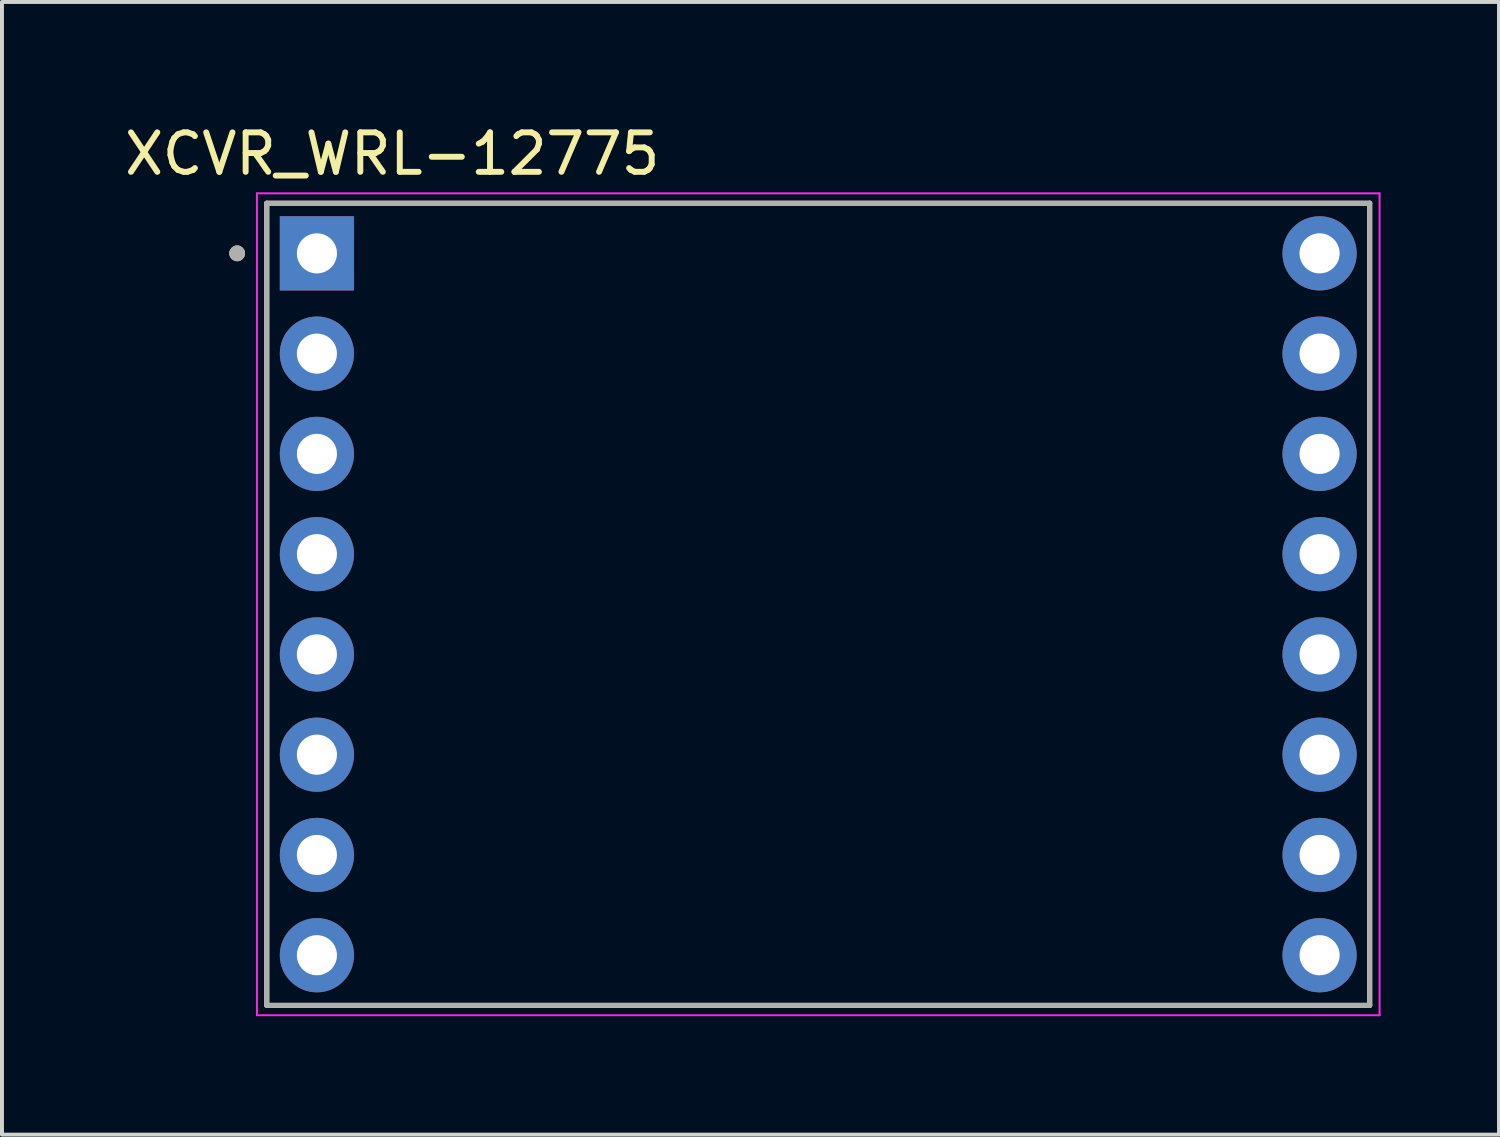
<source format=kicad_pcb>
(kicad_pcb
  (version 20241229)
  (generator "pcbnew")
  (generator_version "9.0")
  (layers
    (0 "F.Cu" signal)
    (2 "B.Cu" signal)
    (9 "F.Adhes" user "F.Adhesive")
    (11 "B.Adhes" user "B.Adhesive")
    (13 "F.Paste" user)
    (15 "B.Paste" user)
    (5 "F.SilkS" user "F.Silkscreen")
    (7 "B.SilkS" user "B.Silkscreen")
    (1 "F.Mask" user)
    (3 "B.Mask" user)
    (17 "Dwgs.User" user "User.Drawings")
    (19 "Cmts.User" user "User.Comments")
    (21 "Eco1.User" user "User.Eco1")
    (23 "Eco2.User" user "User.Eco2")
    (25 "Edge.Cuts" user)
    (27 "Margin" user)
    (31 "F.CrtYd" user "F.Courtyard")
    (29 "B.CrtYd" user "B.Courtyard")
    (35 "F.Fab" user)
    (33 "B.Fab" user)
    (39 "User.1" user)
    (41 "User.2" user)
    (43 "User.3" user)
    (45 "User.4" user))
  (footprint "XCVR_WRL-12775"
    (layer "F.Cu")
    (at 17.678 12.258)
    (property "Reference" "XCVR_WRL-12775" (at -10.791 -11.41 0) (layer "F.SilkS") (effects (font (size 1 1) (thickness 0.15))))
    (attr through_hole)
    (fp_line (start -13.97 -10.16) (end -13.97 10.16) (stroke (width 0.127) (type solid)) (layer "F.SilkS"))
    (fp_line (start -13.97 10.16) (end 13.97 10.16) (stroke (width 0.127) (type solid)) (layer "F.SilkS"))
    (fp_line (start 13.97 -10.16) (end -13.97 -10.16) (stroke (width 0.127) (type solid)) (layer "F.SilkS"))
    (fp_line (start 13.97 10.16) (end 13.97 -10.16) (stroke (width 0.127) (type solid)) (layer "F.SilkS"))
    (fp_circle (center -14.72 -8.89) (end -14.62 -8.89) (stroke (width 0.2) (type solid)) (fill no) (layer "F.SilkS"))
    (fp_line (start -14.22 -10.41) (end -14.22 10.41) (stroke (width 0.05) (type solid)) (layer "F.CrtYd"))
    (fp_line (start -14.22 10.41) (end 14.22 10.41) (stroke (width 0.05) (type solid)) (layer "F.CrtYd"))
    (fp_line (start 14.22 -10.41) (end -14.22 -10.41) (stroke (width 0.05) (type solid)) (layer "F.CrtYd"))
    (fp_line (start 14.22 10.41) (end 14.22 -10.41) (stroke (width 0.05) (type solid)) (layer "F.CrtYd"))
    (fp_line (start -13.97 -10.16) (end -13.97 10.16) (stroke (width 0.127) (type solid)) (layer "F.Fab"))
    (fp_line (start -13.97 10.16) (end 13.97 10.16) (stroke (width 0.127) (type solid)) (layer "F.Fab"))
    (fp_line (start 13.97 -10.16) (end -13.97 -10.16) (stroke (width 0.127) (type solid)) (layer "F.Fab"))
    (fp_line (start 13.97 10.16) (end 13.97 -10.16) (stroke (width 0.127) (type solid)) (layer "F.Fab"))
    (fp_circle (center -14.72 -8.89) (end -14.62 -8.89) (stroke (width 0.2) (type solid)) (fill no) (layer "F.Fab"))
    (pad "1" thru_hole rect (at -12.7 -8.89) (size 1.88 1.88) (drill 1.016) (layers "*.Cu" "*.Mask"))
    (pad "2" thru_hole circle (at -12.7 -6.35) (size 1.88 1.88) (drill 1.016) (layers "*.Cu" "*.Mask"))
    (pad "3" thru_hole circle (at -12.7 -3.81) (size 1.88 1.88) (drill 1.016) (layers "*.Cu" "*.Mask"))
    (pad "4" thru_hole circle (at -12.7 -1.27) (size 1.88 1.88) (drill 1.016) (layers "*.Cu" "*.Mask"))
    (pad "5" thru_hole circle (at -12.7 1.27) (size 1.88 1.88) (drill 1.016) (layers "*.Cu" "*.Mask"))
    (pad "6" thru_hole circle (at -12.7 3.81) (size 1.88 1.88) (drill 1.016) (layers "*.Cu" "*.Mask"))
    (pad "7" thru_hole circle (at -12.7 6.35) (size 1.88 1.88) (drill 1.016) (layers "*.Cu" "*.Mask"))
    (pad "8" thru_hole circle (at -12.7 8.89) (size 1.88 1.88) (drill 1.016) (layers "*.Cu" "*.Mask"))
    (pad "9" thru_hole circle (at 12.7 8.89) (size 1.88 1.88) (drill 1.016) (layers "*.Cu" "*.Mask"))
    (pad "10" thru_hole circle (at 12.7 6.35) (size 1.88 1.88) (drill 1.016) (layers "*.Cu" "*.Mask"))
    (pad "11" thru_hole circle (at 12.7 3.81) (size 1.88 1.88) (drill 1.016) (layers "*.Cu" "*.Mask"))
    (pad "12" thru_hole circle (at 12.7 1.27) (size 1.88 1.88) (drill 1.016) (layers "*.Cu" "*.Mask"))
    (pad "13" thru_hole circle (at 12.7 -1.27) (size 1.88 1.88) (drill 1.016) (layers "*.Cu" "*.Mask"))
    (pad "14" thru_hole circle (at 12.7 -3.81) (size 1.88 1.88) (drill 1.016) (layers "*.Cu" "*.Mask"))
    (pad "15" thru_hole circle (at 12.7 -6.35) (size 1.88 1.88) (drill 1.016) (layers "*.Cu" "*.Mask"))
    (pad "16" thru_hole circle (at 12.7 -8.89) (size 1.88 1.88) (drill 1.016) (layers "*.Cu" "*.Mask")))
  (gr_rect
    (start -3 -3)
    (end 34.923 25.693)
    (stroke (width 0.1) (type default))
    (fill no)
    (layer "Edge.Cuts")))
</source>
